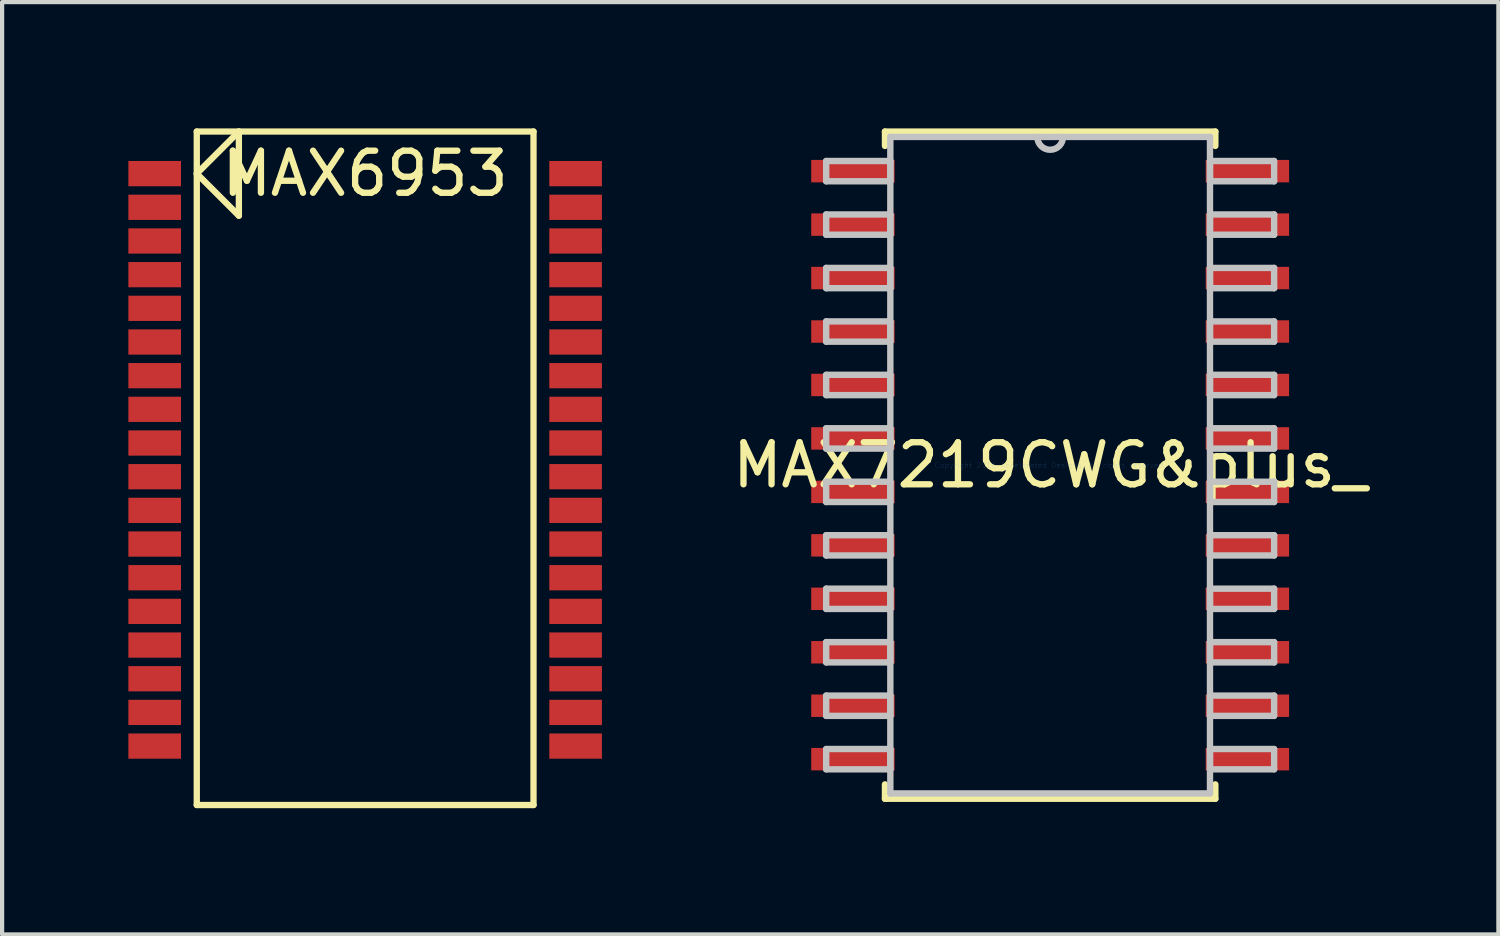
<source format=kicad_pcb>
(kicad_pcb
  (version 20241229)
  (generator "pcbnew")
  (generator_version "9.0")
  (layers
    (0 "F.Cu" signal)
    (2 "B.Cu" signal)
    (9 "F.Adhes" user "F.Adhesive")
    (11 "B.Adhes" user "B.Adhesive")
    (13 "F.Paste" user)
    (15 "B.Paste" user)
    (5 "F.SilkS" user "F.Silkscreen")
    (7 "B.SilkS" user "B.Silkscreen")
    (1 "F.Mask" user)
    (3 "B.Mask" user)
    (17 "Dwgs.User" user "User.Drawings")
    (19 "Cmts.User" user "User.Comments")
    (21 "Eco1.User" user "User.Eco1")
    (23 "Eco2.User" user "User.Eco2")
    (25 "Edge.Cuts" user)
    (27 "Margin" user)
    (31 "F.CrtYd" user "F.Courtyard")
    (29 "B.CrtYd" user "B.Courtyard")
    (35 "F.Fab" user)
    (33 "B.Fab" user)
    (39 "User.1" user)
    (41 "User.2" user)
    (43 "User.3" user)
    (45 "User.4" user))
  (footprint "MAX7219CWG&plus_"
    (layer "F.Cu")
    (at 21.899 8.001)
    (property "Reference" "MAX7219CWG&plus_" (at 0 0 0) (layer "F.SilkS") (effects (font (size 1 1) (thickness 0.15))))
    (attr through_hole)
    (fp_line (start -3.924 -7.925) (end -3.924 -7.584) (stroke (width 0.152) (type solid)) (layer "F.SilkS"))
    (fp_line (start -3.924 7.584) (end -3.924 7.925) (stroke (width 0.152) (type solid)) (layer "F.SilkS"))
    (fp_line (start -3.924 7.925) (end 3.924 7.925) (stroke (width 0.152) (type solid)) (layer "F.SilkS"))
    (fp_line (start 3.924 -7.925) (end -3.924 -7.925) (stroke (width 0.152) (type solid)) (layer "F.SilkS"))
    (fp_line (start 3.924 -7.584) (end 3.924 -7.925) (stroke (width 0.152) (type solid)) (layer "F.SilkS"))
    (fp_line (start 3.924 7.925) (end 3.924 7.584) (stroke (width 0.152) (type solid)) (layer "F.SilkS"))
    (fp_line (start -5.321 -7.226) (end -5.321 -6.744) (stroke (width 0.152) (type solid)) (layer "Dwgs.User"))
    (fp_line (start -5.321 -6.744) (end -3.797 -6.744) (stroke (width 0.152) (type solid)) (layer "Dwgs.User"))
    (fp_line (start -5.321 -5.956) (end -5.321 -5.474) (stroke (width 0.152) (type solid)) (layer "Dwgs.User"))
    (fp_line (start -5.321 -5.474) (end -3.797 -5.474) (stroke (width 0.152) (type solid)) (layer "Dwgs.User"))
    (fp_line (start -5.321 -4.686) (end -5.321 -4.204) (stroke (width 0.152) (type solid)) (layer "Dwgs.User"))
    (fp_line (start -5.321 -4.204) (end -3.797 -4.204) (stroke (width 0.152) (type solid)) (layer "Dwgs.User"))
    (fp_line (start -5.321 -3.416) (end -5.321 -2.934) (stroke (width 0.152) (type solid)) (layer "Dwgs.User"))
    (fp_line (start -5.321 -2.934) (end -3.797 -2.934) (stroke (width 0.152) (type solid)) (layer "Dwgs.User"))
    (fp_line (start -5.321 -2.146) (end -5.321 -1.664) (stroke (width 0.152) (type solid)) (layer "Dwgs.User"))
    (fp_line (start -5.321 -1.664) (end -3.797 -1.664) (stroke (width 0.152) (type solid)) (layer "Dwgs.User"))
    (fp_line (start -5.321 -0.876) (end -5.321 -0.394) (stroke (width 0.152) (type solid)) (layer "Dwgs.User"))
    (fp_line (start -5.321 -0.394) (end -3.797 -0.394) (stroke (width 0.152) (type solid)) (layer "Dwgs.User"))
    (fp_line (start -5.321 0.394) (end -5.321 0.876) (stroke (width 0.152) (type solid)) (layer "Dwgs.User"))
    (fp_line (start -5.321 0.876) (end -3.797 0.876) (stroke (width 0.152) (type solid)) (layer "Dwgs.User"))
    (fp_line (start -5.321 1.664) (end -5.321 2.146) (stroke (width 0.152) (type solid)) (layer "Dwgs.User"))
    (fp_line (start -5.321 2.146) (end -3.797 2.146) (stroke (width 0.152) (type solid)) (layer "Dwgs.User"))
    (fp_line (start -5.321 2.934) (end -5.321 3.416) (stroke (width 0.152) (type solid)) (layer "Dwgs.User"))
    (fp_line (start -5.321 3.416) (end -3.797 3.416) (stroke (width 0.152) (type solid)) (layer "Dwgs.User"))
    (fp_line (start -5.321 4.204) (end -5.321 4.686) (stroke (width 0.152) (type solid)) (layer "Dwgs.User"))
    (fp_line (start -5.321 4.686) (end -3.797 4.686) (stroke (width 0.152) (type solid)) (layer "Dwgs.User"))
    (fp_line (start -5.321 5.474) (end -5.321 5.956) (stroke (width 0.152) (type solid)) (layer "Dwgs.User"))
    (fp_line (start -5.321 5.956) (end -3.797 5.956) (stroke (width 0.152) (type solid)) (layer "Dwgs.User"))
    (fp_line (start -5.321 6.744) (end -5.321 7.226) (stroke (width 0.152) (type solid)) (layer "Dwgs.User"))
    (fp_line (start -5.321 7.226) (end -3.797 7.226) (stroke (width 0.152) (type solid)) (layer "Dwgs.User"))
    (fp_line (start -3.797 -7.798) (end -3.797 7.798) (stroke (width 0.152) (type solid)) (layer "Dwgs.User"))
    (fp_line (start -3.797 -7.226) (end -5.321 -7.226) (stroke (width 0.152) (type solid)) (layer "Dwgs.User"))
    (fp_line (start -3.797 -6.744) (end -3.797 -7.226) (stroke (width 0.152) (type solid)) (layer "Dwgs.User"))
    (fp_line (start -3.797 -5.956) (end -5.321 -5.956) (stroke (width 0.152) (type solid)) (layer "Dwgs.User"))
    (fp_line (start -3.797 -5.474) (end -3.797 -5.956) (stroke (width 0.152) (type solid)) (layer "Dwgs.User"))
    (fp_line (start -3.797 -4.686) (end -5.321 -4.686) (stroke (width 0.152) (type solid)) (layer "Dwgs.User"))
    (fp_line (start -3.797 -4.204) (end -3.797 -4.686) (stroke (width 0.152) (type solid)) (layer "Dwgs.User"))
    (fp_line (start -3.797 -3.416) (end -5.321 -3.416) (stroke (width 0.152) (type solid)) (layer "Dwgs.User"))
    (fp_line (start -3.797 -2.934) (end -3.797 -3.416) (stroke (width 0.152) (type solid)) (layer "Dwgs.User"))
    (fp_line (start -3.797 -2.146) (end -5.321 -2.146) (stroke (width 0.152) (type solid)) (layer "Dwgs.User"))
    (fp_line (start -3.797 -1.664) (end -3.797 -2.146) (stroke (width 0.152) (type solid)) (layer "Dwgs.User"))
    (fp_line (start -3.797 -0.876) (end -5.321 -0.876) (stroke (width 0.152) (type solid)) (layer "Dwgs.User"))
    (fp_line (start -3.797 -0.394) (end -3.797 -0.876) (stroke (width 0.152) (type solid)) (layer "Dwgs.User"))
    (fp_line (start -3.797 0.394) (end -5.321 0.394) (stroke (width 0.152) (type solid)) (layer "Dwgs.User"))
    (fp_line (start -3.797 0.876) (end -3.797 0.394) (stroke (width 0.152) (type solid)) (layer "Dwgs.User"))
    (fp_line (start -3.797 1.664) (end -5.321 1.664) (stroke (width 0.152) (type solid)) (layer "Dwgs.User"))
    (fp_line (start -3.797 2.146) (end -3.797 1.664) (stroke (width 0.152) (type solid)) (layer "Dwgs.User"))
    (fp_line (start -3.797 2.934) (end -5.321 2.934) (stroke (width 0.152) (type solid)) (layer "Dwgs.User"))
    (fp_line (start -3.797 3.416) (end -3.797 2.934) (stroke (width 0.152) (type solid)) (layer "Dwgs.User"))
    (fp_line (start -3.797 4.204) (end -5.321 4.204) (stroke (width 0.152) (type solid)) (layer "Dwgs.User"))
    (fp_line (start -3.797 4.686) (end -3.797 4.204) (stroke (width 0.152) (type solid)) (layer "Dwgs.User"))
    (fp_line (start -3.797 5.474) (end -5.321 5.474) (stroke (width 0.152) (type solid)) (layer "Dwgs.User"))
    (fp_line (start -3.797 5.956) (end -3.797 5.474) (stroke (width 0.152) (type solid)) (layer "Dwgs.User"))
    (fp_line (start -3.797 6.744) (end -5.321 6.744) (stroke (width 0.152) (type solid)) (layer "Dwgs.User"))
    (fp_line (start -3.797 7.226) (end -3.797 6.744) (stroke (width 0.152) (type solid)) (layer "Dwgs.User"))
    (fp_line (start -3.797 7.798) (end 3.797 7.798) (stroke (width 0.152) (type solid)) (layer "Dwgs.User"))
    (fp_line (start 3.797 -7.798) (end -3.797 -7.798) (stroke (width 0.152) (type solid)) (layer "Dwgs.User"))
    (fp_line (start 3.797 -7.226) (end 3.797 -6.744) (stroke (width 0.152) (type solid)) (layer "Dwgs.User"))
    (fp_line (start 3.797 -6.744) (end 5.321 -6.744) (stroke (width 0.152) (type solid)) (layer "Dwgs.User"))
    (fp_line (start 3.797 -5.956) (end 3.797 -5.474) (stroke (width 0.152) (type solid)) (layer "Dwgs.User"))
    (fp_line (start 3.797 -5.474) (end 5.321 -5.474) (stroke (width 0.152) (type solid)) (layer "Dwgs.User"))
    (fp_line (start 3.797 -4.686) (end 3.797 -4.204) (stroke (width 0.152) (type solid)) (layer "Dwgs.User"))
    (fp_line (start 3.797 -4.204) (end 5.321 -4.204) (stroke (width 0.152) (type solid)) (layer "Dwgs.User"))
    (fp_line (start 3.797 -3.416) (end 3.797 -2.934) (stroke (width 0.152) (type solid)) (layer "Dwgs.User"))
    (fp_line (start 3.797 -2.934) (end 5.321 -2.934) (stroke (width 0.152) (type solid)) (layer "Dwgs.User"))
    (fp_line (start 3.797 -2.146) (end 3.797 -1.664) (stroke (width 0.152) (type solid)) (layer "Dwgs.User"))
    (fp_line (start 3.797 -1.664) (end 5.321 -1.664) (stroke (width 0.152) (type solid)) (layer "Dwgs.User"))
    (fp_line (start 3.797 -0.876) (end 3.797 -0.394) (stroke (width 0.152) (type solid)) (layer "Dwgs.User"))
    (fp_line (start 3.797 -0.394) (end 5.321 -0.394) (stroke (width 0.152) (type solid)) (layer "Dwgs.User"))
    (fp_line (start 3.797 0.394) (end 3.797 0.876) (stroke (width 0.152) (type solid)) (layer "Dwgs.User"))
    (fp_line (start 3.797 0.876) (end 5.321 0.876) (stroke (width 0.152) (type solid)) (layer "Dwgs.User"))
    (fp_line (start 3.797 1.664) (end 3.797 2.146) (stroke (width 0.152) (type solid)) (layer "Dwgs.User"))
    (fp_line (start 3.797 2.146) (end 5.321 2.146) (stroke (width 0.152) (type solid)) (layer "Dwgs.User"))
    (fp_line (start 3.797 2.934) (end 3.797 3.416) (stroke (width 0.152) (type solid)) (layer "Dwgs.User"))
    (fp_line (start 3.797 3.416) (end 5.321 3.416) (stroke (width 0.152) (type solid)) (layer "Dwgs.User"))
    (fp_line (start 3.797 4.204) (end 3.797 4.686) (stroke (width 0.152) (type solid)) (layer "Dwgs.User"))
    (fp_line (start 3.797 4.686) (end 5.321 4.686) (stroke (width 0.152) (type solid)) (layer "Dwgs.User"))
    (fp_line (start 3.797 5.474) (end 3.797 5.956) (stroke (width 0.152) (type solid)) (layer "Dwgs.User"))
    (fp_line (start 3.797 5.956) (end 5.321 5.956) (stroke (width 0.152) (type solid)) (layer "Dwgs.User"))
    (fp_line (start 3.797 6.744) (end 3.797 7.226) (stroke (width 0.152) (type solid)) (layer "Dwgs.User"))
    (fp_line (start 3.797 7.226) (end 5.321 7.226) (stroke (width 0.152) (type solid)) (layer "Dwgs.User"))
    (fp_line (start 3.797 7.798) (end 3.797 -7.798) (stroke (width 0.152) (type solid)) (layer "Dwgs.User"))
    (fp_line (start 5.321 -7.226) (end 3.797 -7.226) (stroke (width 0.152) (type solid)) (layer "Dwgs.User"))
    (fp_line (start 5.321 -6.744) (end 5.321 -7.226) (stroke (width 0.152) (type solid)) (layer "Dwgs.User"))
    (fp_line (start 5.321 -5.956) (end 3.797 -5.956) (stroke (width 0.152) (type solid)) (layer "Dwgs.User"))
    (fp_line (start 5.321 -5.474) (end 5.321 -5.956) (stroke (width 0.152) (type solid)) (layer "Dwgs.User"))
    (fp_line (start 5.321 -4.686) (end 3.797 -4.686) (stroke (width 0.152) (type solid)) (layer "Dwgs.User"))
    (fp_line (start 5.321 -4.204) (end 5.321 -4.686) (stroke (width 0.152) (type solid)) (layer "Dwgs.User"))
    (fp_line (start 5.321 -3.416) (end 3.797 -3.416) (stroke (width 0.152) (type solid)) (layer "Dwgs.User"))
    (fp_line (start 5.321 -2.934) (end 5.321 -3.416) (stroke (width 0.152) (type solid)) (layer "Dwgs.User"))
    (fp_line (start 5.321 -2.146) (end 3.797 -2.146) (stroke (width 0.152) (type solid)) (layer "Dwgs.User"))
    (fp_line (start 5.321 -1.664) (end 5.321 -2.146) (stroke (width 0.152) (type solid)) (layer "Dwgs.User"))
    (fp_line (start 5.321 -0.876) (end 3.797 -0.876) (stroke (width 0.152) (type solid)) (layer "Dwgs.User"))
    (fp_line (start 5.321 -0.394) (end 5.321 -0.876) (stroke (width 0.152) (type solid)) (layer "Dwgs.User"))
    (fp_line (start 5.321 0.394) (end 3.797 0.394) (stroke (width 0.152) (type solid)) (layer "Dwgs.User"))
    (fp_line (start 5.321 0.876) (end 5.321 0.394) (stroke (width 0.152) (type solid)) (layer "Dwgs.User"))
    (fp_line (start 5.321 1.664) (end 3.797 1.664) (stroke (width 0.152) (type solid)) (layer "Dwgs.User"))
    (fp_line (start 5.321 2.146) (end 5.321 1.664) (stroke (width 0.152) (type solid)) (layer "Dwgs.User"))
    (fp_line (start 5.321 2.934) (end 3.797 2.934) (stroke (width 0.152) (type solid)) (layer "Dwgs.User"))
    (fp_line (start 5.321 3.416) (end 5.321 2.934) (stroke (width 0.152) (type solid)) (layer "Dwgs.User"))
    (fp_line (start 5.321 4.204) (end 3.797 4.204) (stroke (width 0.152) (type solid)) (layer "Dwgs.User"))
    (fp_line (start 5.321 4.686) (end 5.321 4.204) (stroke (width 0.152) (type solid)) (layer "Dwgs.User"))
    (fp_line (start 5.321 5.474) (end 3.797 5.474) (stroke (width 0.152) (type solid)) (layer "Dwgs.User"))
    (fp_line (start 5.321 5.956) (end 5.321 5.474) (stroke (width 0.152) (type solid)) (layer "Dwgs.User"))
    (fp_line (start 5.321 6.744) (end 3.797 6.744) (stroke (width 0.152) (type solid)) (layer "Dwgs.User"))
    (fp_line (start 5.321 7.226) (end 5.321 6.744) (stroke (width 0.152) (type solid)) (layer "Dwgs.User"))
    (fp_arc (start 0.3048 -7.7978) (mid 0 -7.493) (end -0.3048 -7.7978) (stroke (width 0.1524) (type solid)) (layer "Dwgs.User"))
    (fp_text user "Copyright 2016 Accelerated Designs. All rights reserved." (at 0 0 0) (layer "Cmts.User") (effects (font (size 0.127 0.127) (thickness 0.002))))
    (pad "" smd rect (at -4.686 -6.985) (size 1.981 0.533) (layers "F.Mask"))
    (pad "" smd rect (at -4.686 -6.985) (size 1.981 0.533) (layers "F.Paste"))
    (pad "" smd rect (at -4.686 -5.715) (size 1.981 0.533) (layers "F.Mask"))
    (pad "" smd rect (at -4.686 -5.715) (size 1.981 0.533) (layers "F.Paste"))
    (pad "" smd rect (at -4.686 -4.445) (size 1.981 0.533) (layers "F.Mask"))
    (pad "" smd rect (at -4.686 -4.445) (size 1.981 0.533) (layers "F.Paste"))
    (pad "" smd rect (at -4.686 -3.175) (size 1.981 0.533) (layers "F.Mask"))
    (pad "" smd rect (at -4.686 -3.175) (size 1.981 0.533) (layers "F.Paste"))
    (pad "" smd rect (at -4.686 -1.905) (size 1.981 0.533) (layers "F.Mask"))
    (pad "" smd rect (at -4.686 -1.905) (size 1.981 0.533) (layers "F.Paste"))
    (pad "" smd rect (at -4.686 -0.635) (size 1.981 0.533) (layers "F.Mask"))
    (pad "" smd rect (at -4.686 -0.635) (size 1.981 0.533) (layers "F.Paste"))
    (pad "" smd rect (at -4.686 0.635) (size 1.981 0.533) (layers "F.Mask"))
    (pad "" smd rect (at -4.686 0.635) (size 1.981 0.533) (layers "F.Paste"))
    (pad "" smd rect (at -4.686 1.905) (size 1.981 0.533) (layers "F.Mask"))
    (pad "" smd rect (at -4.686 1.905) (size 1.981 0.533) (layers "F.Paste"))
    (pad "" smd rect (at -4.686 3.175) (size 1.981 0.533) (layers "F.Mask"))
    (pad "" smd rect (at -4.686 3.175) (size 1.981 0.533) (layers "F.Paste"))
    (pad "" smd rect (at -4.686 4.445) (size 1.981 0.533) (layers "F.Mask"))
    (pad "" smd rect (at -4.686 4.445) (size 1.981 0.533) (layers "F.Paste"))
    (pad "" smd rect (at -4.686 5.715) (size 1.981 0.533) (layers "F.Mask"))
    (pad "" smd rect (at -4.686 5.715) (size 1.981 0.533) (layers "F.Paste"))
    (pad "" smd rect (at -4.686 6.985) (size 1.981 0.533) (layers "F.Mask"))
    (pad "" smd rect (at -4.686 6.985) (size 1.981 0.533) (layers "F.Paste"))
    (pad "" smd rect (at 4.686 -6.985) (size 1.981 0.533) (layers "F.Mask"))
    (pad "" smd rect (at 4.686 -6.985) (size 1.981 0.533) (layers "F.Paste"))
    (pad "" smd rect (at 4.686 -5.715) (size 1.981 0.533) (layers "F.Mask"))
    (pad "" smd rect (at 4.686 -5.715) (size 1.981 0.533) (layers "F.Paste"))
    (pad "" smd rect (at 4.686 -4.445) (size 1.981 0.533) (layers "F.Mask"))
    (pad "" smd rect (at 4.686 -4.445) (size 1.981 0.533) (layers "F.Paste"))
    (pad "" smd rect (at 4.686 -3.175) (size 1.981 0.533) (layers "F.Mask"))
    (pad "" smd rect (at 4.686 -3.175) (size 1.981 0.533) (layers "F.Paste"))
    (pad "" smd rect (at 4.686 -1.905) (size 1.981 0.533) (layers "F.Mask"))
    (pad "" smd rect (at 4.686 -1.905) (size 1.981 0.533) (layers "F.Paste"))
    (pad "" smd rect (at 4.686 -0.635) (size 1.981 0.533) (layers "F.Mask"))
    (pad "" smd rect (at 4.686 -0.635) (size 1.981 0.533) (layers "F.Paste"))
    (pad "" smd rect (at 4.686 0.635) (size 1.981 0.533) (layers "F.Mask"))
    (pad "" smd rect (at 4.686 0.635) (size 1.981 0.533) (layers "F.Paste"))
    (pad "" smd rect (at 4.686 1.905) (size 1.981 0.533) (layers "F.Mask"))
    (pad "" smd rect (at 4.686 1.905) (size 1.981 0.533) (layers "F.Paste"))
    (pad "" smd rect (at 4.686 3.175) (size 1.981 0.533) (layers "F.Mask"))
    (pad "" smd rect (at 4.686 3.175) (size 1.981 0.533) (layers "F.Paste"))
    (pad "" smd rect (at 4.686 4.445) (size 1.981 0.533) (layers "F.Mask"))
    (pad "" smd rect (at 4.686 4.445) (size 1.981 0.533) (layers "F.Paste"))
    (pad "" smd rect (at 4.686 5.715) (size 1.981 0.533) (layers "F.Mask"))
    (pad "" smd rect (at 4.686 5.715) (size 1.981 0.533) (layers "F.Paste"))
    (pad "" smd rect (at 4.686 6.985) (size 1.981 0.533) (layers "F.Mask"))
    (pad "" smd rect (at 4.686 6.985) (size 1.981 0.533) (layers "F.Paste"))
    (pad "1" smd rect (at -4.686 -6.985) (size 1.981 0.533) (layers "F.Cu"))
    (pad "2" smd rect (at -4.686 -5.715) (size 1.981 0.533) (layers "F.Cu"))
    (pad "3" smd rect (at -4.686 -4.445) (size 1.981 0.533) (layers "F.Cu"))
    (pad "4" smd rect (at -4.686 -3.175) (size 1.981 0.533) (layers "F.Cu"))
    (pad "5" smd rect (at -4.686 -1.905) (size 1.981 0.533) (layers "F.Cu"))
    (pad "6" smd rect (at -4.686 -0.635) (size 1.981 0.533) (layers "F.Cu"))
    (pad "7" smd rect (at -4.686 0.635) (size 1.981 0.533) (layers "F.Cu"))
    (pad "8" smd rect (at -4.686 1.905) (size 1.981 0.533) (layers "F.Cu"))
    (pad "9" smd rect (at -4.686 3.175) (size 1.981 0.533) (layers "F.Cu"))
    (pad "10" smd rect (at -4.686 4.445) (size 1.981 0.533) (layers "F.Cu"))
    (pad "11" smd rect (at -4.686 5.715) (size 1.981 0.533) (layers "F.Cu"))
    (pad "12" smd rect (at -4.686 6.985) (size 1.981 0.533) (layers "F.Cu"))
    (pad "13" smd rect (at 4.686 6.985) (size 1.981 0.533) (layers "F.Cu"))
    (pad "14" smd rect (at 4.686 5.715) (size 1.981 0.533) (layers "F.Cu"))
    (pad "15" smd rect (at 4.686 4.445) (size 1.981 0.533) (layers "F.Cu"))
    (pad "16" smd rect (at 4.686 3.175) (size 1.981 0.533) (layers "F.Cu"))
    (pad "17" smd rect (at 4.686 1.905) (size 1.981 0.533) (layers "F.Cu"))
    (pad "18" smd rect (at 4.686 0.635) (size 1.981 0.533) (layers "F.Cu"))
    (pad "19" smd rect (at 4.686 -0.635) (size 1.981 0.533) (layers "F.Cu"))
    (pad "20" smd rect (at 4.686 -1.905) (size 1.981 0.533) (layers "F.Cu"))
    (pad "21" smd rect (at 4.686 -3.175) (size 1.981 0.533) (layers "F.Cu"))
    (pad "22" smd rect (at 4.686 -4.445) (size 1.981 0.533) (layers "F.Cu"))
    (pad "23" smd rect (at 4.686 -5.715) (size 1.981 0.533) (layers "F.Cu"))
    (pad "24" smd rect (at 4.686 -6.985) (size 1.981 0.533) (layers "F.Cu")))
  (footprint "MAX6953"
    (layer "F.Cu")
    (at 5.625 8.075)
    (property "Reference" "MAX6953" (at 0 -7 0) (layer "F.SilkS") (effects (font (size 1 1) (thickness 0.15))))
    (attr through_hole)
    (fp_line (start -4 -8) (end 4 -8) (stroke (width 0.15) (type solid)) (layer "F.SilkS"))
    (fp_line (start -4 -7) (end -3 -8) (stroke (width 0.15) (type solid)) (layer "F.SilkS"))
    (fp_line (start -4 8) (end -4 -8) (stroke (width 0.15) (type solid)) (layer "F.SilkS"))
    (fp_line (start -3 -8) (end -3 -6) (stroke (width 0.15) (type solid)) (layer "F.SilkS"))
    (fp_line (start -3 -6) (end -4 -7) (stroke (width 0.15) (type solid)) (layer "F.SilkS"))
    (fp_line (start 4 -8) (end 4 8) (stroke (width 0.15) (type solid)) (layer "F.SilkS"))
    (fp_line (start 4 8) (end -4 8) (stroke (width 0.15) (type solid)) (layer "F.SilkS"))
    (pad "1" smd rect (at -5 -7) (size 1.25 0.6) (layers "F.Cu" "F.Mask" "F.Paste"))
    (pad "2" smd rect (at -5 -6.2) (size 1.25 0.6) (layers "F.Cu" "F.Mask" "F.Paste"))
    (pad "3" smd rect (at -5 -5.4) (size 1.25 0.6) (layers "F.Cu" "F.Mask" "F.Paste"))
    (pad "4" smd rect (at -5 -4.6) (size 1.25 0.6) (layers "F.Cu" "F.Mask" "F.Paste"))
    (pad "5" smd rect (at -5 -3.8) (size 1.25 0.6) (layers "F.Cu" "F.Mask" "F.Paste"))
    (pad "6" smd rect (at -5 -3) (size 1.25 0.6) (layers "F.Cu" "F.Mask" "F.Paste"))
    (pad "7" smd rect (at -5 -2.2) (size 1.25 0.6) (layers "F.Cu" "F.Mask" "F.Paste"))
    (pad "8" smd rect (at -5 -1.4) (size 1.25 0.6) (layers "F.Cu" "F.Mask" "F.Paste"))
    (pad "9" smd rect (at -5 -0.6) (size 1.25 0.6) (layers "F.Cu" "F.Mask" "F.Paste"))
    (pad "10" smd rect (at -5 0.2) (size 1.25 0.6) (layers "F.Cu" "F.Mask" "F.Paste"))
    (pad "11" smd rect (at -5 1) (size 1.25 0.6) (layers "F.Cu" "F.Mask" "F.Paste"))
    (pad "12" smd rect (at -5 1.8) (size 1.25 0.6) (layers "F.Cu" "F.Mask" "F.Paste"))
    (pad "13" smd rect (at -5 2.6) (size 1.25 0.6) (layers "F.Cu" "F.Mask" "F.Paste"))
    (pad "14" smd rect (at -5 3.4) (size 1.25 0.6) (layers "F.Cu" "F.Mask" "F.Paste"))
    (pad "15" smd rect (at -5 4.2) (size 1.25 0.6) (layers "F.Cu" "F.Mask" "F.Paste"))
    (pad "16" smd rect (at -5 5) (size 1.25 0.6) (layers "F.Cu" "F.Mask" "F.Paste"))
    (pad "17" smd rect (at -5 5.8) (size 1.25 0.6) (layers "F.Cu" "F.Mask" "F.Paste"))
    (pad "18" smd rect (at -5 6.6) (size 1.25 0.6) (layers "F.Cu" "F.Mask" "F.Paste"))
    (pad "19" smd rect (at 5 6.6) (size 1.25 0.6) (layers "F.Cu" "F.Mask" "F.Paste"))
    (pad "20" smd rect (at 5 5.8) (size 1.25 0.6) (layers "F.Cu" "F.Mask" "F.Paste"))
    (pad "21" smd rect (at 5 5) (size 1.25 0.6) (layers "F.Cu" "F.Mask" "F.Paste"))
    (pad "22" smd rect (at 5 4.2) (size 1.25 0.6) (layers "F.Cu" "F.Mask" "F.Paste"))
    (pad "23" smd rect (at 5 3.4) (size 1.25 0.6) (layers "F.Cu" "F.Mask" "F.Paste"))
    (pad "24" smd rect (at 5 2.6) (size 1.25 0.6) (layers "F.Cu" "F.Mask" "F.Paste"))
    (pad "25" smd rect (at 5 1.8) (size 1.25 0.6) (layers "F.Cu" "F.Mask" "F.Paste"))
    (pad "26" smd rect (at 5 1) (size 1.25 0.6) (layers "F.Cu" "F.Mask" "F.Paste"))
    (pad "27" smd rect (at 5 0.2) (size 1.25 0.6) (layers "F.Cu" "F.Mask" "F.Paste"))
    (pad "28" smd rect (at 5 -0.6) (size 1.25 0.6) (layers "F.Cu" "F.Mask" "F.Paste"))
    (pad "29" smd rect (at 5 -1.4) (size 1.25 0.6) (layers "F.Cu" "F.Mask" "F.Paste"))
    (pad "30" smd rect (at 5 -2.2) (size 1.25 0.6) (layers "F.Cu" "F.Mask" "F.Paste"))
    (pad "31" smd rect (at 5 -3) (size 1.25 0.6) (layers "F.Cu" "F.Mask" "F.Paste"))
    (pad "32" smd rect (at 5 -3.8) (size 1.25 0.6) (layers "F.Cu" "F.Mask" "F.Paste"))
    (pad "33" smd rect (at 5 -4.6) (size 1.25 0.6) (layers "F.Cu" "F.Mask" "F.Paste"))
    (pad "34" smd rect (at 5 -5.4) (size 1.25 0.6) (layers "F.Cu" "F.Mask" "F.Paste"))
    (pad "35" smd rect (at 5 -6.2) (size 1.25 0.6) (layers "F.Cu" "F.Mask" "F.Paste"))
    (pad "36" smd rect (at 5 -7) (size 1.25 0.6) (layers "F.Cu" "F.Mask" "F.Paste")))
  (gr_rect
    (start -3 -3)
    (end 32.548 19.15)
    (stroke (width 0.1) (type default))
    (fill no)
    (layer "Edge.Cuts")))
</source>
